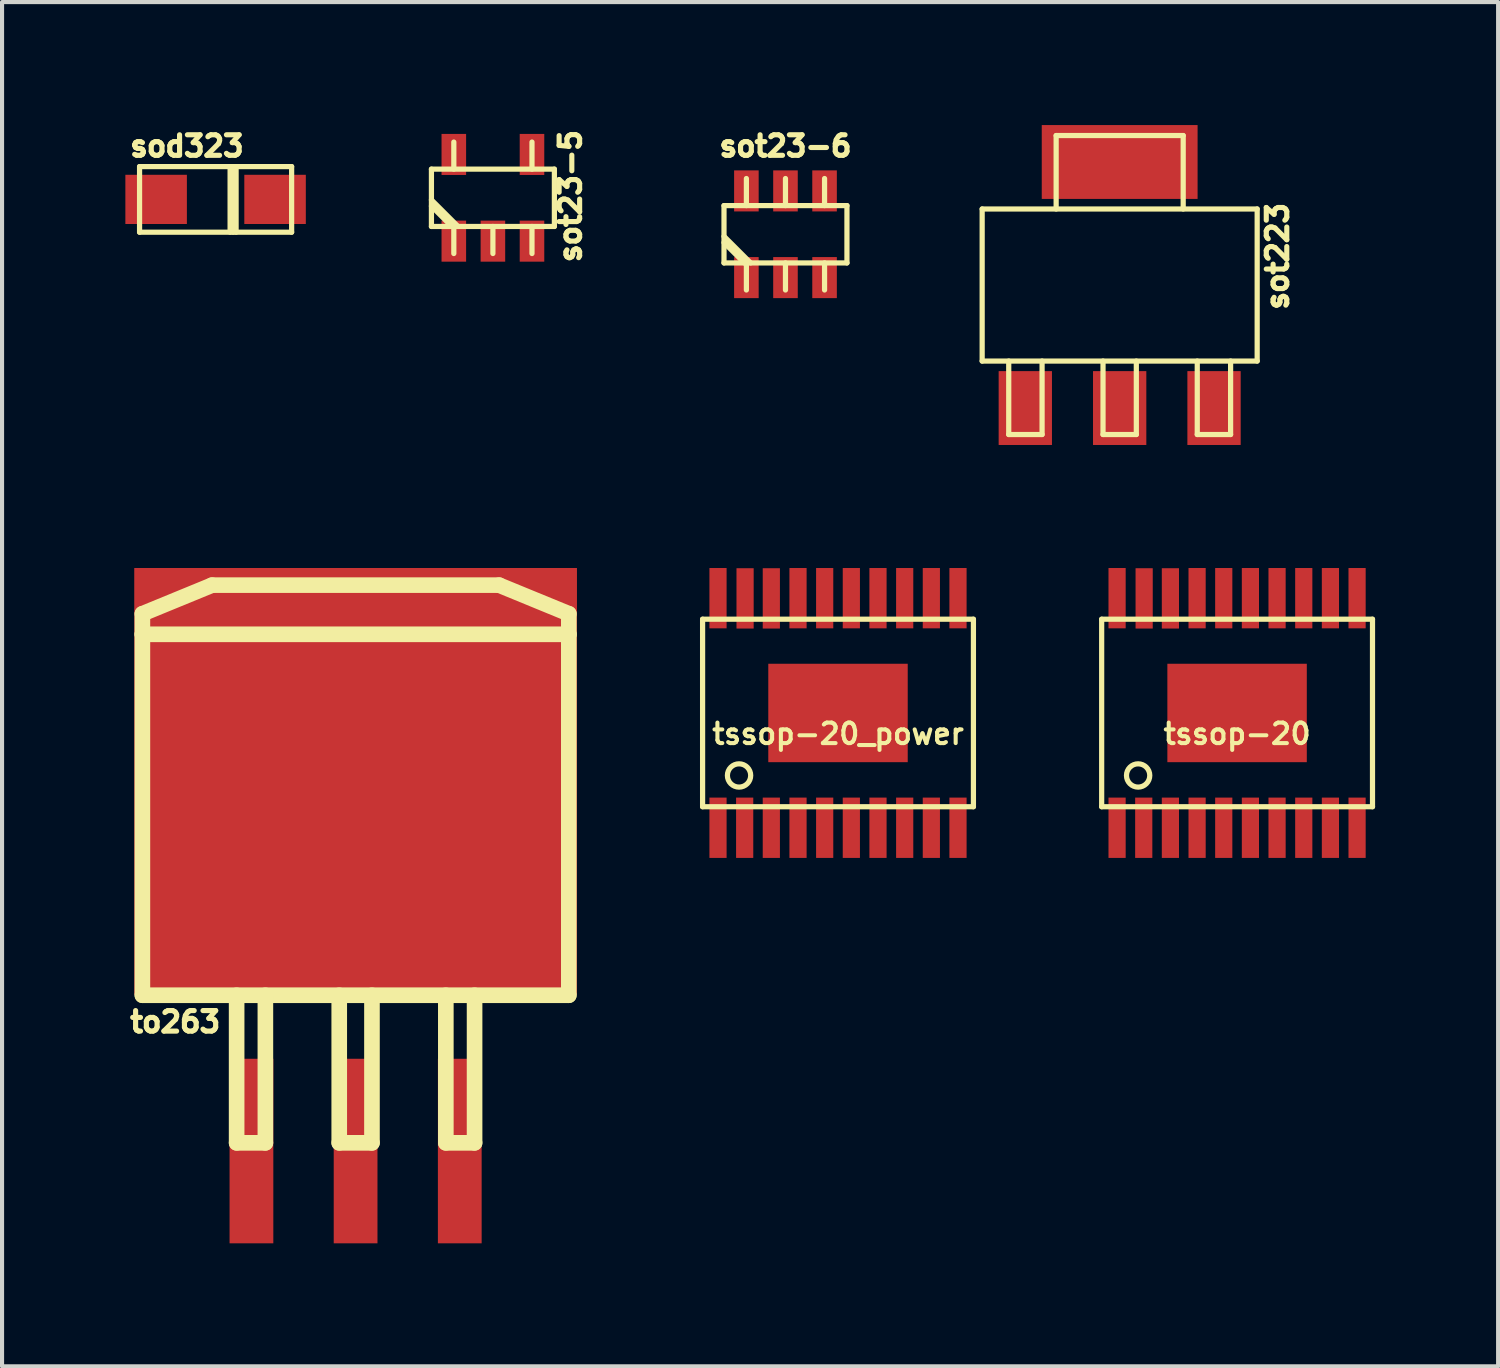
<source format=kicad_pcb>
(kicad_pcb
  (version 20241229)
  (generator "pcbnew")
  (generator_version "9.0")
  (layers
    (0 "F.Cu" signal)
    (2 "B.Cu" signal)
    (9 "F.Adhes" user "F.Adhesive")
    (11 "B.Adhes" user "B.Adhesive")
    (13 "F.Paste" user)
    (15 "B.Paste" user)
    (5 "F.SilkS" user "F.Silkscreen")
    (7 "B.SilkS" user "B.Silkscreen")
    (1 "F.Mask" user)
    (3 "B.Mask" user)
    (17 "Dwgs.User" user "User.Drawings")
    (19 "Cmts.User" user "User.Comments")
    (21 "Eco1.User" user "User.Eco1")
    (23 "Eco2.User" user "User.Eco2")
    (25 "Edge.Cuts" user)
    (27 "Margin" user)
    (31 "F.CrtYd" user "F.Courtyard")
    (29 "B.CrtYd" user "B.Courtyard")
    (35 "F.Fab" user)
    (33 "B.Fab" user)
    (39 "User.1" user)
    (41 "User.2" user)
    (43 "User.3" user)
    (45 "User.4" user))
  (footprint "tssop-20"
    (layer "F.Cu")
    (at 27.115 14.335)
    (property "Reference" "tssop-20" (at 0 0.508 0) (layer "F.SilkS") (effects (font (size 0.5 0.5) (thickness 0.099))))
    (attr through_hole)
    (fp_line (start -3.302 -2.286) (end -3.302 2.286) (stroke (width 0.127) (type solid)) (layer "F.SilkS"))
    (fp_line (start -3.302 2.286) (end 3.302 2.286) (stroke (width 0.127) (type solid)) (layer "F.SilkS"))
    (fp_line (start 3.302 -2.286) (end -3.302 -2.286) (stroke (width 0.127) (type solid)) (layer "F.SilkS"))
    (fp_line (start 3.302 2.286) (end 3.302 -2.286) (stroke (width 0.127) (type solid)) (layer "F.SilkS"))
    (fp_circle (center -2.413 1.524) (end -2.54 1.778) (stroke (width 0.127) (type solid)) (fill no) (layer "F.SilkS"))
    (pad "1" smd rect (at -2.926 2.799) (size 0.419 1.471) (layers "F.Cu" "F.Mask" "F.Paste"))
    (pad "2" smd rect (at -2.276 2.799) (size 0.419 1.471) (layers "F.Cu" "F.Mask" "F.Paste"))
    (pad "3" smd rect (at -1.626 2.799) (size 0.419 1.471) (layers "F.Cu" "F.Mask" "F.Paste"))
    (pad "4" smd rect (at -0.975 2.799) (size 0.419 1.471) (layers "F.Cu" "F.Mask" "F.Paste"))
    (pad "5" smd rect (at -0.325 2.799) (size 0.419 1.471) (layers "F.Cu" "F.Mask" "F.Paste"))
    (pad "6" smd rect (at 0.325 2.799) (size 0.419 1.471) (layers "F.Cu" "F.Mask" "F.Paste"))
    (pad "7" smd rect (at 0.975 2.799) (size 0.419 1.471) (layers "F.Cu" "F.Mask" "F.Paste"))
    (pad "8" smd rect (at 1.626 2.799) (size 0.419 1.471) (layers "F.Cu" "F.Mask" "F.Paste"))
    (pad "9" smd rect (at 2.276 2.799) (size 0.419 1.471) (layers "F.Cu" "F.Mask" "F.Paste"))
    (pad "10" smd rect (at 2.926 2.799) (size 0.419 1.471) (layers "F.Cu" "F.Mask" "F.Paste"))
    (pad "11" smd rect (at 2.926 -2.799) (size 0.419 1.471) (layers "F.Cu" "F.Mask" "F.Paste"))
    (pad "12" smd rect (at 2.276 -2.799) (size 0.419 1.471) (layers "F.Cu" "F.Mask" "F.Paste"))
    (pad "13" smd rect (at 1.626 -2.799) (size 0.419 1.471) (layers "F.Cu" "F.Mask" "F.Paste"))
    (pad "14" smd rect (at 0.975 -2.799) (size 0.419 1.471) (layers "F.Cu" "F.Mask" "F.Paste"))
    (pad "15" smd rect (at 0.325 -2.799) (size 0.419 1.471) (layers "F.Cu" "F.Mask" "F.Paste"))
    (pad "16" smd rect (at -0.325 -2.799) (size 0.419 1.471) (layers "F.Cu" "F.Mask" "F.Paste"))
    (pad "17" smd rect (at -0.975 -2.799) (size 0.419 1.471) (layers "F.Cu" "F.Mask" "F.Paste"))
    (pad "18" smd rect (at -1.626 -2.794) (size 0.419 1.471) (layers "F.Cu" "F.Mask" "F.Paste"))
    (pad "19" smd rect (at -2.266 -2.794) (size 0.419 1.471) (layers "F.Cu" "F.Mask" "F.Paste"))
    (pad "20" smd rect (at -2.926 -2.799) (size 0.419 1.471) (layers "F.Cu" "F.Mask" "F.Paste"))
    (pad "21" smd rect (at 0 0) (size 3.4 2.4) (layers "F.Cu" "F.Mask" "F.Paste")))
  (footprint "sod323"
    (layer "F.Cu")
    (at 2.207 1.812)
    (property "Reference" "sod323" (at -0.7 -1.3 0) (layer "F.SilkS") (effects (font (size 0.5 0.5) (thickness 0.125))))
    (attr through_hole)
    (fp_line (start -1.854 -0.8) (end -1.854 0.8) (stroke (width 0.127) (type solid)) (layer "F.SilkS"))
    (fp_line (start -1.854 0.8) (end 1.854 0.8) (stroke (width 0.127) (type solid)) (layer "F.SilkS"))
    (fp_line (start 0.354 -0.8) (end 0.354 0.8) (stroke (width 0.127) (type solid)) (layer "F.SilkS"))
    (fp_line (start 0.427 0.8) (end 0.427 -0.8) (stroke (width 0.127) (type solid)) (layer "F.SilkS"))
    (fp_line (start 0.5 -0.8) (end 0.5 0.8) (stroke (width 0.127) (type solid)) (layer "F.SilkS"))
    (fp_line (start 1.854 -0.8) (end -1.854 -0.8) (stroke (width 0.127) (type solid)) (layer "F.SilkS"))
    (fp_line (start 1.854 0.8) (end 1.854 -0.8) (stroke (width 0.127) (type solid)) (layer "F.SilkS"))
    (pad "1" smd rect (at -1.45 0) (size 1.5 1.2) (layers "F.Cu" "F.Mask" "F.Paste"))
    (pad "2" smd rect (at 1.45 0) (size 1.5 1.2) (layers "F.Cu" "F.Mask" "F.Paste")))
  (footprint "to263"
    (layer "F.Cu")
    (at 5.621 19.417)
    (property "Reference" "to263" (at -4.4 2.45 180) (layer "F.SilkS") (effects (font (size 0.5 0.5) (thickness 0.125))))
    (attr through_hole)
    (fp_line (start -5.199 -7.501) (end -3.5 -8.199) (stroke (width 0.381) (type solid)) (layer "F.SilkS"))
    (fp_line (start -5.199 -7) (end -5.199 -7.501) (stroke (width 0.381) (type solid)) (layer "F.SilkS"))
    (fp_line (start -5.199 -7) (end -5.199 1.801) (stroke (width 0.381) (type solid)) (layer "F.SilkS"))
    (fp_line (start -5.199 1.801) (end 5.199 1.801) (stroke (width 0.381) (type solid)) (layer "F.SilkS"))
    (fp_line (start -3.5 -8.199) (end 3.5 -8.199) (stroke (width 0.381) (type solid)) (layer "F.SilkS"))
    (fp_line (start -2.901 1.801) (end -2.901 5.4) (stroke (width 0.381) (type solid)) (layer "F.SilkS"))
    (fp_line (start -2.901 5.4) (end -2.2 5.4) (stroke (width 0.381) (type solid)) (layer "F.SilkS"))
    (fp_line (start -2.2 5.4) (end -2.2 1.801) (stroke (width 0.381) (type solid)) (layer "F.SilkS"))
    (fp_line (start -0.399 1.801) (end -0.399 5.4) (stroke (width 0.381) (type solid)) (layer "F.SilkS"))
    (fp_line (start -0.399 5.4) (end 0.399 5.4) (stroke (width 0.381) (type solid)) (layer "F.SilkS"))
    (fp_line (start 0.399 5.4) (end 0.399 1.801) (stroke (width 0.381) (type solid)) (layer "F.SilkS"))
    (fp_line (start 2.2 1.801) (end 2.2 5.4) (stroke (width 0.381) (type solid)) (layer "F.SilkS"))
    (fp_line (start 2.2 5.4) (end 2.901 5.4) (stroke (width 0.381) (type solid)) (layer "F.SilkS"))
    (fp_line (start 2.901 5.4) (end 2.901 1.801) (stroke (width 0.381) (type solid)) (layer "F.SilkS"))
    (fp_line (start 3.5 -8.199) (end 5.199 -7.501) (stroke (width 0.381) (type solid)) (layer "F.SilkS"))
    (fp_line (start 5.199 -7.501) (end 5.199 -7) (stroke (width 0.381) (type solid)) (layer "F.SilkS"))
    (fp_line (start 5.199 -7) (end -5.199 -7) (stroke (width 0.381) (type solid)) (layer "F.SilkS"))
    (fp_line (start 5.199 1.801) (end 5.199 -7) (stroke (width 0.381) (type solid)) (layer "F.SilkS"))
    (pad "1" smd rect (at -2.54 5.6) (size 1.067 4.5) (layers "F.Cu" "F.Mask" "F.Paste"))
    (pad "2" smd rect (at 0 -3.414) (size 10.795 10.406) (layers "F.Cu" "F.Mask" "F.Paste"))
    (pad "2" smd rect (at 0 5.6) (size 1.067 4.5) (layers "F.Cu" "F.Mask" "F.Paste"))
    (pad "3" smd rect (at 2.54 5.6) (size 1.067 4.5) (layers "F.Cu" "F.Mask" "F.Paste")))
  (footprint "sot23-6"
    (layer "F.Cu")
    (at 16.103 2.662)
    (property "Reference" "sot23-6" (at 0 -2.15 0) (layer "F.SilkS") (effects (font (size 0.5 0.5) (thickness 0.125))))
    (attr through_hole)
    (fp_line (start -1.499 -0.699) (end 1.499 -0.699) (stroke (width 0.127) (type solid)) (layer "F.SilkS"))
    (fp_line (start -1.499 0.699) (end -1.499 -0.699) (stroke (width 0.127) (type solid)) (layer "F.SilkS"))
    (fp_line (start -1.003 0.699) (end -1.499 0.203) (stroke (width 0.127) (type solid)) (layer "F.SilkS"))
    (fp_line (start -0.953 -0.699) (end -0.953 -1.359) (stroke (width 0.127) (type solid)) (layer "F.SilkS"))
    (fp_line (start -0.953 0.699) (end -0.953 1.359) (stroke (width 0.127) (type solid)) (layer "F.SilkS"))
    (fp_line (start -0.851 0.699) (end -1.499 0.051) (stroke (width 0.127) (type solid)) (layer "F.SilkS"))
    (fp_line (start 0 -0.699) (end 0 -1.359) (stroke (width 0.127) (type solid)) (layer "F.SilkS"))
    (fp_line (start 0 0.699) (end 0 1.359) (stroke (width 0.127) (type solid)) (layer "F.SilkS"))
    (fp_line (start 0.953 -0.699) (end 0.953 -1.359) (stroke (width 0.127) (type solid)) (layer "F.SilkS"))
    (fp_line (start 0.953 0.699) (end 0.953 1.359) (stroke (width 0.127) (type solid)) (layer "F.SilkS"))
    (fp_line (start 1.499 -0.699) (end 1.499 0.699) (stroke (width 0.127) (type solid)) (layer "F.SilkS"))
    (fp_line (start 1.499 0.699) (end -1.499 0.699) (stroke (width 0.127) (type solid)) (layer "F.SilkS"))
    (pad "1" smd rect (at -0.953 1.057) (size 0.599 1.001) (layers "F.Cu" "F.Mask" "F.Paste"))
    (pad "2" smd rect (at 0 1.057) (size 0.599 1.001) (layers "F.Cu" "F.Mask" "F.Paste"))
    (pad "3" smd rect (at 0.953 1.057) (size 0.599 1.001) (layers "F.Cu" "F.Mask" "F.Paste"))
    (pad "4" smd rect (at 0.953 -1.057) (size 0.599 1.001) (layers "F.Cu" "F.Mask" "F.Paste"))
    (pad "5" smd rect (at 0 -1.057) (size 0.599 1.001) (layers "F.Cu" "F.Mask" "F.Paste"))
    (pad "6" smd rect (at -0.953 -1.057) (size 0.599 1.001) (layers "F.Cu" "F.Mask" "F.Paste")))
  (footprint "sot223"
    (layer "F.Cu")
    (at 24.252 3.9)
    (property "Reference" "sot223" (at 3.85 -0.7 90) (layer "F.SilkS") (effects (font (size 0.5 0.5) (thickness 0.125))))
    (attr through_hole)
    (fp_line (start -3.353 -1.854) (end 3.353 -1.854) (stroke (width 0.127) (type solid)) (layer "F.SilkS"))
    (fp_line (start -3.353 1.854) (end -3.353 -1.854) (stroke (width 0.127) (type solid)) (layer "F.SilkS"))
    (fp_line (start -2.705 3.645) (end -2.705 1.854) (stroke (width 0.127) (type solid)) (layer "F.SilkS"))
    (fp_line (start -2.705 3.645) (end -1.892 3.645) (stroke (width 0.127) (type solid)) (layer "F.SilkS"))
    (fp_line (start -1.892 3.645) (end -1.892 1.854) (stroke (width 0.127) (type solid)) (layer "F.SilkS"))
    (fp_line (start -1.549 -3.645) (end -1.549 -1.854) (stroke (width 0.127) (type solid)) (layer "F.SilkS"))
    (fp_line (start -1.549 -3.645) (end 1.549 -3.645) (stroke (width 0.127) (type solid)) (layer "F.SilkS"))
    (fp_line (start -0.406 3.645) (end -0.406 1.854) (stroke (width 0.127) (type solid)) (layer "F.SilkS"))
    (fp_line (start -0.406 3.645) (end 0.406 3.645) (stroke (width 0.127) (type solid)) (layer "F.SilkS"))
    (fp_line (start 0.406 3.645) (end 0.406 1.854) (stroke (width 0.127) (type solid)) (layer "F.SilkS"))
    (fp_line (start 1.549 -3.645) (end 1.549 -1.854) (stroke (width 0.127) (type solid)) (layer "F.SilkS"))
    (fp_line (start 1.892 3.645) (end 1.892 1.854) (stroke (width 0.127) (type solid)) (layer "F.SilkS"))
    (fp_line (start 1.892 3.645) (end 2.705 3.645) (stroke (width 0.127) (type solid)) (layer "F.SilkS"))
    (fp_line (start 2.705 3.645) (end 2.705 1.854) (stroke (width 0.127) (type solid)) (layer "F.SilkS"))
    (fp_line (start 3.353 -1.854) (end 3.353 1.854) (stroke (width 0.127) (type solid)) (layer "F.SilkS"))
    (fp_line (start 3.353 1.854) (end -3.353 1.854) (stroke (width 0.127) (type solid)) (layer "F.SilkS"))
    (pad "1" smd rect (at -2.301 3) (size 1.3 1.801) (layers "F.Cu" "F.Mask" "F.Paste"))
    (pad "2" smd rect (at 0 3) (size 1.3 1.801) (layers "F.Cu" "F.Mask" "F.Paste"))
    (pad "3" smd rect (at 2.301 3) (size 1.3 1.801) (layers "F.Cu" "F.Mask" "F.Paste"))
    (pad "4" smd rect (at 0 -3) (size 3.8 1.801) (layers "F.Cu" "F.Mask" "F.Paste")))
  (footprint "tssop-20_power"
    (layer "F.Cu")
    (at 17.384 14.335)
    (property "Reference" "tssop-20_power" (at 0 0.508 0) (layer "F.SilkS") (effects (font (size 0.5 0.5) (thickness 0.099))))
    (attr through_hole)
    (fp_line (start -3.302 -2.286) (end -3.302 2.286) (stroke (width 0.127) (type solid)) (layer "F.SilkS"))
    (fp_line (start -3.302 2.286) (end 3.302 2.286) (stroke (width 0.127) (type solid)) (layer "F.SilkS"))
    (fp_line (start 3.302 -2.286) (end -3.302 -2.286) (stroke (width 0.127) (type solid)) (layer "F.SilkS"))
    (fp_line (start 3.302 2.286) (end 3.302 -2.286) (stroke (width 0.127) (type solid)) (layer "F.SilkS"))
    (fp_circle (center -2.413 1.524) (end -2.54 1.778) (stroke (width 0.127) (type solid)) (fill no) (layer "F.SilkS"))
    (pad "1" smd rect (at -2.926 2.799) (size 0.419 1.471) (layers "F.Cu" "F.Mask" "F.Paste"))
    (pad "2" smd rect (at -2.276 2.799) (size 0.419 1.471) (layers "F.Cu" "F.Mask" "F.Paste"))
    (pad "3" smd rect (at -1.626 2.799) (size 0.419 1.471) (layers "F.Cu" "F.Mask" "F.Paste"))
    (pad "4" smd rect (at -0.975 2.799) (size 0.419 1.471) (layers "F.Cu" "F.Mask" "F.Paste"))
    (pad "5" smd rect (at -0.325 2.799) (size 0.419 1.471) (layers "F.Cu" "F.Mask" "F.Paste"))
    (pad "6" smd rect (at 0.325 2.799) (size 0.419 1.471) (layers "F.Cu" "F.Mask" "F.Paste"))
    (pad "7" smd rect (at 0.975 2.799) (size 0.419 1.471) (layers "F.Cu" "F.Mask" "F.Paste"))
    (pad "8" smd rect (at 1.626 2.799) (size 0.419 1.471) (layers "F.Cu" "F.Mask" "F.Paste"))
    (pad "9" smd rect (at 2.276 2.799) (size 0.419 1.471) (layers "F.Cu" "F.Mask" "F.Paste"))
    (pad "10" smd rect (at 2.926 2.799) (size 0.419 1.471) (layers "F.Cu" "F.Mask" "F.Paste"))
    (pad "11" smd rect (at 2.926 -2.799) (size 0.419 1.471) (layers "F.Cu" "F.Mask" "F.Paste"))
    (pad "12" smd rect (at 2.276 -2.799) (size 0.419 1.471) (layers "F.Cu" "F.Mask" "F.Paste"))
    (pad "13" smd rect (at 1.626 -2.799) (size 0.419 1.471) (layers "F.Cu" "F.Mask" "F.Paste"))
    (pad "14" smd rect (at 0.975 -2.799) (size 0.419 1.471) (layers "F.Cu" "F.Mask" "F.Paste"))
    (pad "15" smd rect (at 0.325 -2.799) (size 0.419 1.471) (layers "F.Cu" "F.Mask" "F.Paste"))
    (pad "16" smd rect (at -0.325 -2.799) (size 0.419 1.471) (layers "F.Cu" "F.Mask" "F.Paste"))
    (pad "17" smd rect (at -0.975 -2.799) (size 0.419 1.471) (layers "F.Cu" "F.Mask" "F.Paste"))
    (pad "18" smd rect (at -1.626 -2.794) (size 0.419 1.471) (layers "F.Cu" "F.Mask" "F.Paste"))
    (pad "19" smd rect (at -2.266 -2.794) (size 0.419 1.471) (layers "F.Cu" "F.Mask" "F.Paste"))
    (pad "20" smd rect (at -2.926 -2.799) (size 0.419 1.471) (layers "F.Cu" "F.Mask" "F.Paste"))
    (pad "21" smd rect (at 0 0) (size 3.4 2.4) (layers "F.Cu" "F.Mask" "F.Paste")))
  (footprint "sot23-5"
    (layer "F.Cu")
    (at 8.969 1.773)
    (property "Reference" "sot23-5" (at 1.89 -0.04 90) (layer "F.SilkS") (effects (font (size 0.5 0.5) (thickness 0.125))))
    (attr through_hole)
    (fp_line (start -1.499 -0.699) (end 1.499 -0.699) (stroke (width 0.127) (type solid)) (layer "F.SilkS"))
    (fp_line (start -1.499 0.699) (end -1.499 -0.699) (stroke (width 0.127) (type solid)) (layer "F.SilkS"))
    (fp_line (start -1.003 0.699) (end -1.499 0.203) (stroke (width 0.127) (type solid)) (layer "F.SilkS"))
    (fp_line (start -0.953 -0.699) (end -0.953 -1.359) (stroke (width 0.127) (type solid)) (layer "F.SilkS"))
    (fp_line (start -0.953 0.699) (end -0.953 1.359) (stroke (width 0.127) (type solid)) (layer "F.SilkS"))
    (fp_line (start -0.851 0.699) (end -1.499 0.051) (stroke (width 0.127) (type solid)) (layer "F.SilkS"))
    (fp_line (start 0 0.699) (end 0 1.359) (stroke (width 0.127) (type solid)) (layer "F.SilkS"))
    (fp_line (start 0.953 -0.699) (end 0.953 -1.359) (stroke (width 0.127) (type solid)) (layer "F.SilkS"))
    (fp_line (start 0.953 0.699) (end 0.953 1.359) (stroke (width 0.127) (type solid)) (layer "F.SilkS"))
    (fp_line (start 1.499 -0.699) (end 1.499 0.699) (stroke (width 0.127) (type solid)) (layer "F.SilkS"))
    (fp_line (start 1.499 0.699) (end -1.499 0.699) (stroke (width 0.127) (type solid)) (layer "F.SilkS"))
    (pad "1" smd rect (at -0.953 1.057) (size 0.599 1.001) (layers "F.Cu" "F.Mask" "F.Paste"))
    (pad "2" smd rect (at 0 1.057) (size 0.599 1.001) (layers "F.Cu" "F.Mask" "F.Paste"))
    (pad "3" smd rect (at 0.953 1.057) (size 0.599 1.001) (layers "F.Cu" "F.Mask" "F.Paste"))
    (pad "4" smd rect (at 0.953 -1.057) (size 0.599 1.001) (layers "F.Cu" "F.Mask" "F.Paste"))
    (pad "5" smd rect (at -0.953 -1.057) (size 0.599 1.001) (layers "F.Cu" "F.Mask" "F.Paste")))
  (gr_rect
    (start -3 -3)
    (end 33.48 30.267)
    (stroke (width 0.1) (type default))
    (fill no)
    (layer "Edge.Cuts")))
</source>
